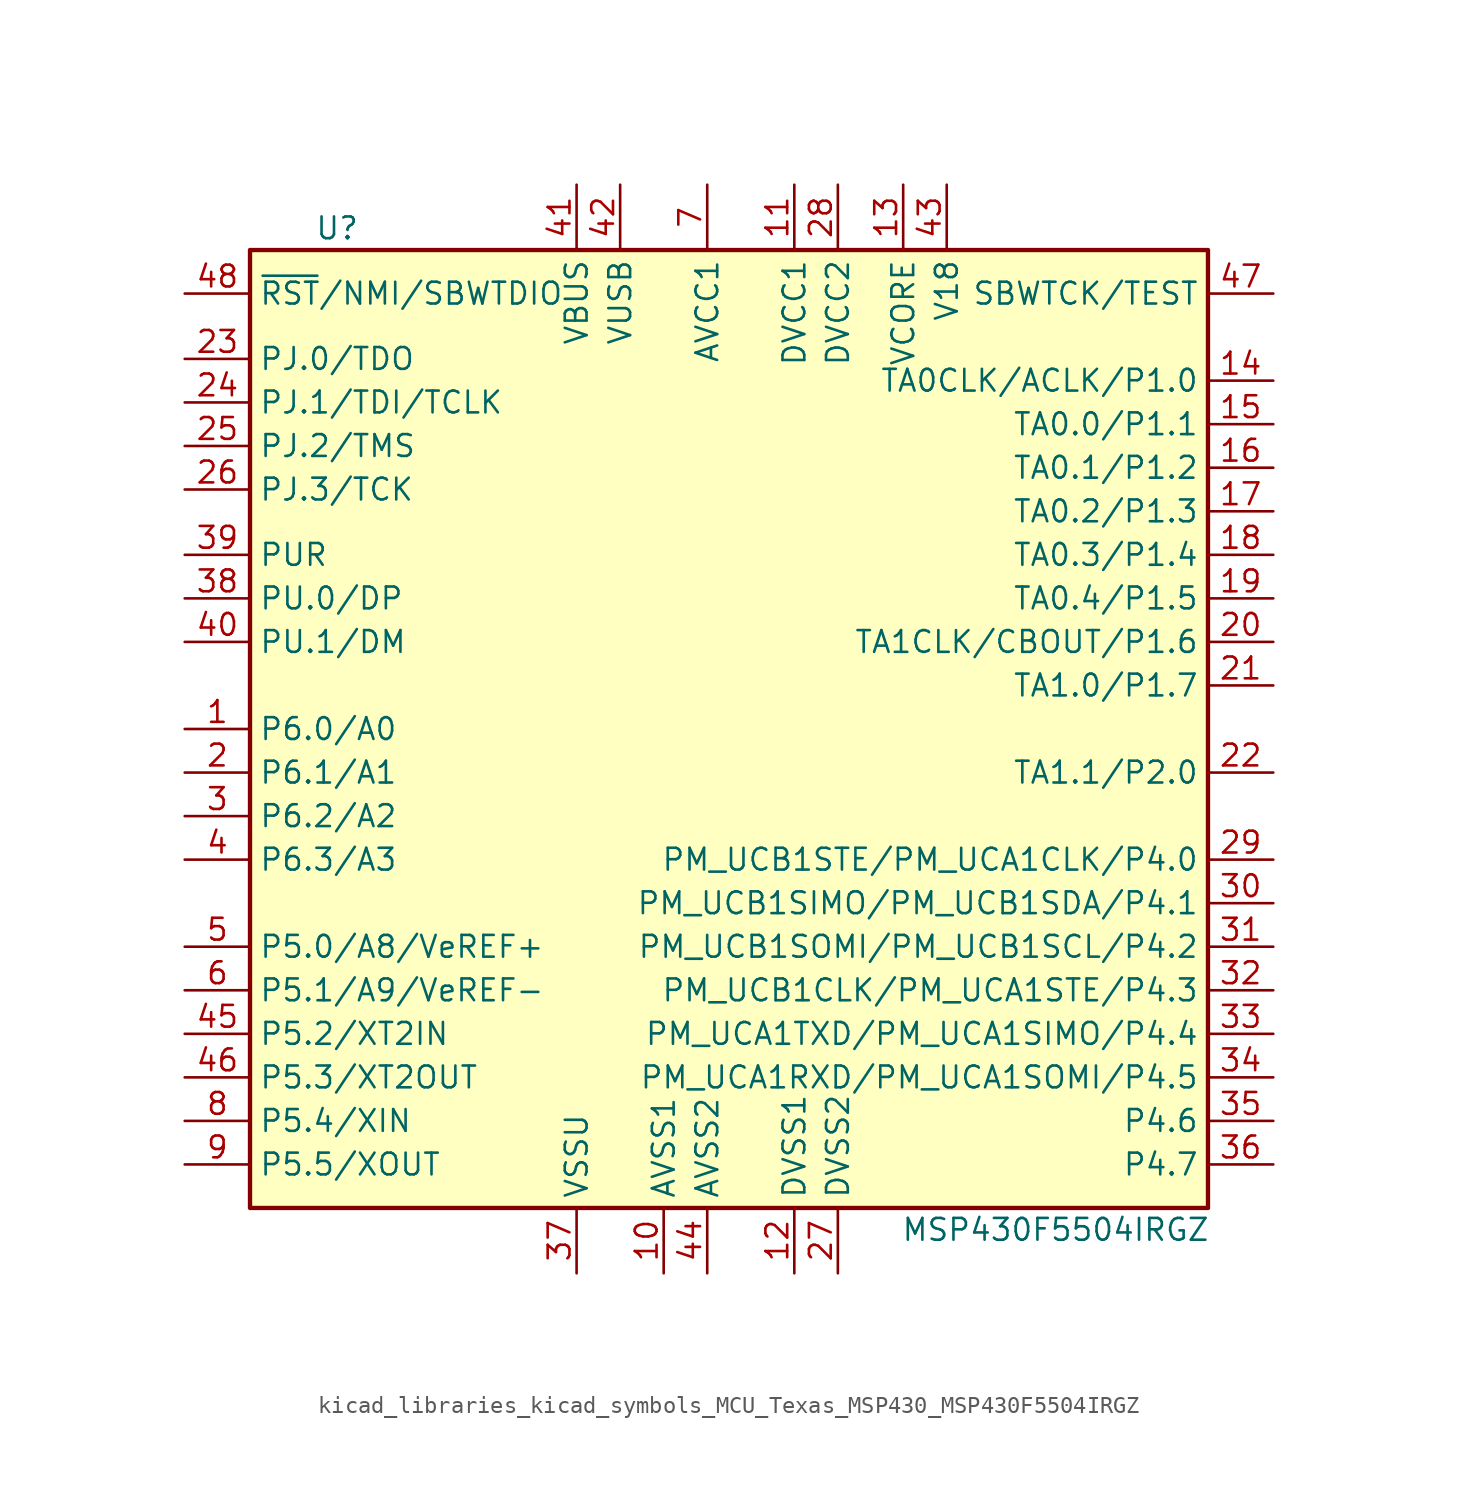
<source format=kicad_sym>
(kicad_symbol_lib
  (version 20220914)
  (generator kicad_symbol_editor)
  (symbol "kicad_libraries_kicad_symbols_MCU_Texas_MSP430_MSP430F5504IRGZ"
    (property "Reference" "U"
      (at -21.59 29.21 0)
      (effects (font (size 1.27 1.27))))
    (property "Value" "MSP430F5504IRGZ"
      (at 20.32 -29.21 0)
      (effects (font (size 1.27 1.27))))
    (symbol "kicad_libraries_kicad_symbols_MCU_Texas_MSP430_MSP430F5504IRGZ_0_1"
      (rectangle (start -26.67 27.94) (end 29.21 -27.94) (stroke (width 0.254) (type default)) (fill (type background))))
    (symbol "kicad_libraries_kicad_symbols_MCU_Texas_MSP430_MSP430F5504IRGZ_1_1"
      (pin bidirectional line (at -30.48 0 0) (length 3.81) (name "P6.0/A0" (effects (font (size 1.27 1.27)))) (number "1" (effects (font (size 1.27 1.27)))))
      (pin power_in line (at -2.54 -31.75 90) (length 3.81) (name "AVSS1" (effects (font (size 1.27 1.27)))) (number "10" (effects (font (size 1.27 1.27)))))
      (pin power_in line (at 5.08 31.75 270) (length 3.81) (name "DVCC1" (effects (font (size 1.27 1.27)))) (number "11" (effects (font (size 1.27 1.27)))))
      (pin power_in line (at 5.08 -31.75 90) (length 3.81) (name "DVSS1" (effects (font (size 1.27 1.27)))) (number "12" (effects (font (size 1.27 1.27)))))
      (pin passive line (at 11.43 31.75 270) (length 3.81) (name "VCORE" (effects (font (size 1.27 1.27)))) (number "13" (effects (font (size 1.27 1.27)))))
      (pin bidirectional line (at 33.02 20.32 180) (length 3.81) (name "TA0CLK/ACLK/P1.0" (effects (font (size 1.27 1.27)))) (number "14" (effects (font (size 1.27 1.27)))))
      (pin bidirectional line (at 33.02 17.78 180) (length 3.81) (name "TA0.0/P1.1" (effects (font (size 1.27 1.27)))) (number "15" (effects (font (size 1.27 1.27)))))
      (pin bidirectional line (at 33.02 15.24 180) (length 3.81) (name "TA0.1/P1.2" (effects (font (size 1.27 1.27)))) (number "16" (effects (font (size 1.27 1.27)))))
      (pin bidirectional line (at 33.02 12.7 180) (length 3.81) (name "TA0.2/P1.3" (effects (font (size 1.27 1.27)))) (number "17" (effects (font (size 1.27 1.27)))))
      (pin bidirectional line (at 33.02 10.16 180) (length 3.81) (name "TA0.3/P1.4" (effects (font (size 1.27 1.27)))) (number "18" (effects (font (size 1.27 1.27)))))
      (pin bidirectional line (at 33.02 7.62 180) (length 3.81) (name "TA0.4/P1.5" (effects (font (size 1.27 1.27)))) (number "19" (effects (font (size 1.27 1.27)))))
      (pin bidirectional line (at -30.48 -2.54 0) (length 3.81) (name "P6.1/A1" (effects (font (size 1.27 1.27)))) (number "2" (effects (font (size 1.27 1.27)))))
      (pin bidirectional line (at 33.02 5.08 180) (length 3.81) (name "TA1CLK/CBOUT/P1.6" (effects (font (size 1.27 1.27)))) (number "20" (effects (font (size 1.27 1.27)))))
      (pin bidirectional line (at 33.02 2.54 180) (length 3.81) (name "TA1.0/P1.7" (effects (font (size 1.27 1.27)))) (number "21" (effects (font (size 1.27 1.27)))))
      (pin bidirectional line (at 33.02 -2.54 180) (length 3.81) (name "TA1.1/P2.0" (effects (font (size 1.27 1.27)))) (number "22" (effects (font (size 1.27 1.27)))))
      (pin bidirectional line (at -30.48 21.59 0) (length 3.81) (name "PJ.0/TDO" (effects (font (size 1.27 1.27)))) (number "23" (effects (font (size 1.27 1.27)))))
      (pin bidirectional line (at -30.48 19.05 0) (length 3.81) (name "PJ.1/TDI/TCLK" (effects (font (size 1.27 1.27)))) (number "24" (effects (font (size 1.27 1.27)))))
      (pin bidirectional line (at -30.48 16.51 0) (length 3.81) (name "PJ.2/TMS" (effects (font (size 1.27 1.27)))) (number "25" (effects (font (size 1.27 1.27)))))
      (pin bidirectional line (at -30.48 13.97 0) (length 3.81) (name "PJ.3/TCK" (effects (font (size 1.27 1.27)))) (number "26" (effects (font (size 1.27 1.27)))))
      (pin power_in line (at 7.62 -31.75 90) (length 3.81) (name "DVSS2" (effects (font (size 1.27 1.27)))) (number "27" (effects (font (size 1.27 1.27)))))
      (pin power_in line (at 7.62 31.75 270) (length 3.81) (name "DVCC2" (effects (font (size 1.27 1.27)))) (number "28" (effects (font (size 1.27 1.27)))))
      (pin bidirectional line (at 33.02 -7.62 180) (length 3.81) (name "PM_UCB1STE/PM_UCA1CLK/P4.0" (effects (font (size 1.27 1.27)))) (number "29" (effects (font (size 1.27 1.27)))))
      (pin bidirectional line (at -30.48 -5.08 0) (length 3.81) (name "P6.2/A2" (effects (font (size 1.27 1.27)))) (number "3" (effects (font (size 1.27 1.27)))))
      (pin bidirectional line (at 33.02 -10.16 180) (length 3.81) (name "PM_UCB1SIMO/PM_UCB1SDA/P4.1" (effects (font (size 1.27 1.27)))) (number "30" (effects (font (size 1.27 1.27)))))
      (pin bidirectional line (at 33.02 -12.7 180) (length 3.81) (name "PM_UCB1SOMI/PM_UCB1SCL/P4.2" (effects (font (size 1.27 1.27)))) (number "31" (effects (font (size 1.27 1.27)))))
      (pin bidirectional line (at 33.02 -15.24 180) (length 3.81) (name "PM_UCB1CLK/PM_UCA1STE/P4.3" (effects (font (size 1.27 1.27)))) (number "32" (effects (font (size 1.27 1.27)))))
      (pin bidirectional line (at 33.02 -17.78 180) (length 3.81) (name "PM_UCA1TXD/PM_UCA1SIMO/P4.4" (effects (font (size 1.27 1.27)))) (number "33" (effects (font (size 1.27 1.27)))))
      (pin bidirectional line (at 33.02 -20.32 180) (length 3.81) (name "PM_UCA1RXD/PM_UCA1SOMI/P4.5" (effects (font (size 1.27 1.27)))) (number "34" (effects (font (size 1.27 1.27)))))
      (pin bidirectional line (at 33.02 -22.86 180) (length 3.81) (name "P4.6" (effects (font (size 1.27 1.27)))) (number "35" (effects (font (size 1.27 1.27)))))
      (pin bidirectional line (at 33.02 -25.4 180) (length 3.81) (name "P4.7" (effects (font (size 1.27 1.27)))) (number "36" (effects (font (size 1.27 1.27)))))
      (pin power_in line (at -7.62 -31.75 90) (length 3.81) (name "VSSU" (effects (font (size 1.27 1.27)))) (number "37" (effects (font (size 1.27 1.27)))))
      (pin bidirectional line (at -30.48 7.62 0) (length 3.81) (name "PU.0/DP" (effects (font (size 1.27 1.27)))) (number "38" (effects (font (size 1.27 1.27)))))
      (pin bidirectional line (at -30.48 10.16 0) (length 3.81) (name "PUR" (effects (font (size 1.27 1.27)))) (number "39" (effects (font (size 1.27 1.27)))))
      (pin bidirectional line (at -30.48 -7.62 0) (length 3.81) (name "P6.3/A3" (effects (font (size 1.27 1.27)))) (number "4" (effects (font (size 1.27 1.27)))))
      (pin bidirectional line (at -30.48 5.08 0) (length 3.81) (name "PU.1/DM" (effects (font (size 1.27 1.27)))) (number "40" (effects (font (size 1.27 1.27)))))
      (pin power_in line (at -7.62 31.75 270) (length 3.81) (name "VBUS" (effects (font (size 1.27 1.27)))) (number "41" (effects (font (size 1.27 1.27)))))
      (pin power_out line (at -5.08 31.75 270) (length 3.81) (name "VUSB" (effects (font (size 1.27 1.27)))) (number "42" (effects (font (size 1.27 1.27)))))
      (pin passive line (at 13.97 31.75 270) (length 3.81) (name "V18" (effects (font (size 1.27 1.27)))) (number "43" (effects (font (size 1.27 1.27)))))
      (pin power_in line (at 0 -31.75 90) (length 3.81) (name "AVSS2" (effects (font (size 1.27 1.27)))) (number "44" (effects (font (size 1.27 1.27)))))
      (pin bidirectional line (at -30.48 -17.78 0) (length 3.81) (name "P5.2/XT2IN" (effects (font (size 1.27 1.27)))) (number "45" (effects (font (size 1.27 1.27)))))
      (pin bidirectional line (at -30.48 -20.32 0) (length 3.81) (name "P5.3/XT2OUT" (effects (font (size 1.27 1.27)))) (number "46" (effects (font (size 1.27 1.27)))))
      (pin input line (at 33.02 25.4 180) (length 3.81) (name "SBWTCK/TEST" (effects (font (size 1.27 1.27)))) (number "47" (effects (font (size 1.27 1.27)))))
      (pin input line (at -30.48 25.4 0) (length 3.81) (name "~{RST}/NMI/SBWTDIO" (effects (font (size 1.27 1.27)))) (number "48" (effects (font (size 1.27 1.27)))))
      (pin bidirectional line (at -30.48 -12.7 0) (length 3.81) (name "P5.0/A8/VeREF+" (effects (font (size 1.27 1.27)))) (number "5" (effects (font (size 1.27 1.27)))))
      (pin bidirectional line (at -30.48 -15.24 0) (length 3.81) (name "P5.1/A9/VeREF-" (effects (font (size 1.27 1.27)))) (number "6" (effects (font (size 1.27 1.27)))))
      (pin power_in line (at 0 31.75 270) (length 3.81) (name "AVCC1" (effects (font (size 1.27 1.27)))) (number "7" (effects (font (size 1.27 1.27)))))
      (pin bidirectional line (at -30.48 -22.86 0) (length 3.81) (name "P5.4/XIN" (effects (font (size 1.27 1.27)))) (number "8" (effects (font (size 1.27 1.27)))))
      (pin bidirectional line (at -30.48 -25.4 0) (length 3.81) (name "P5.5/XOUT" (effects (font (size 1.27 1.27)))) (number "9" (effects (font (size 1.27 1.27))))))))
</source>
